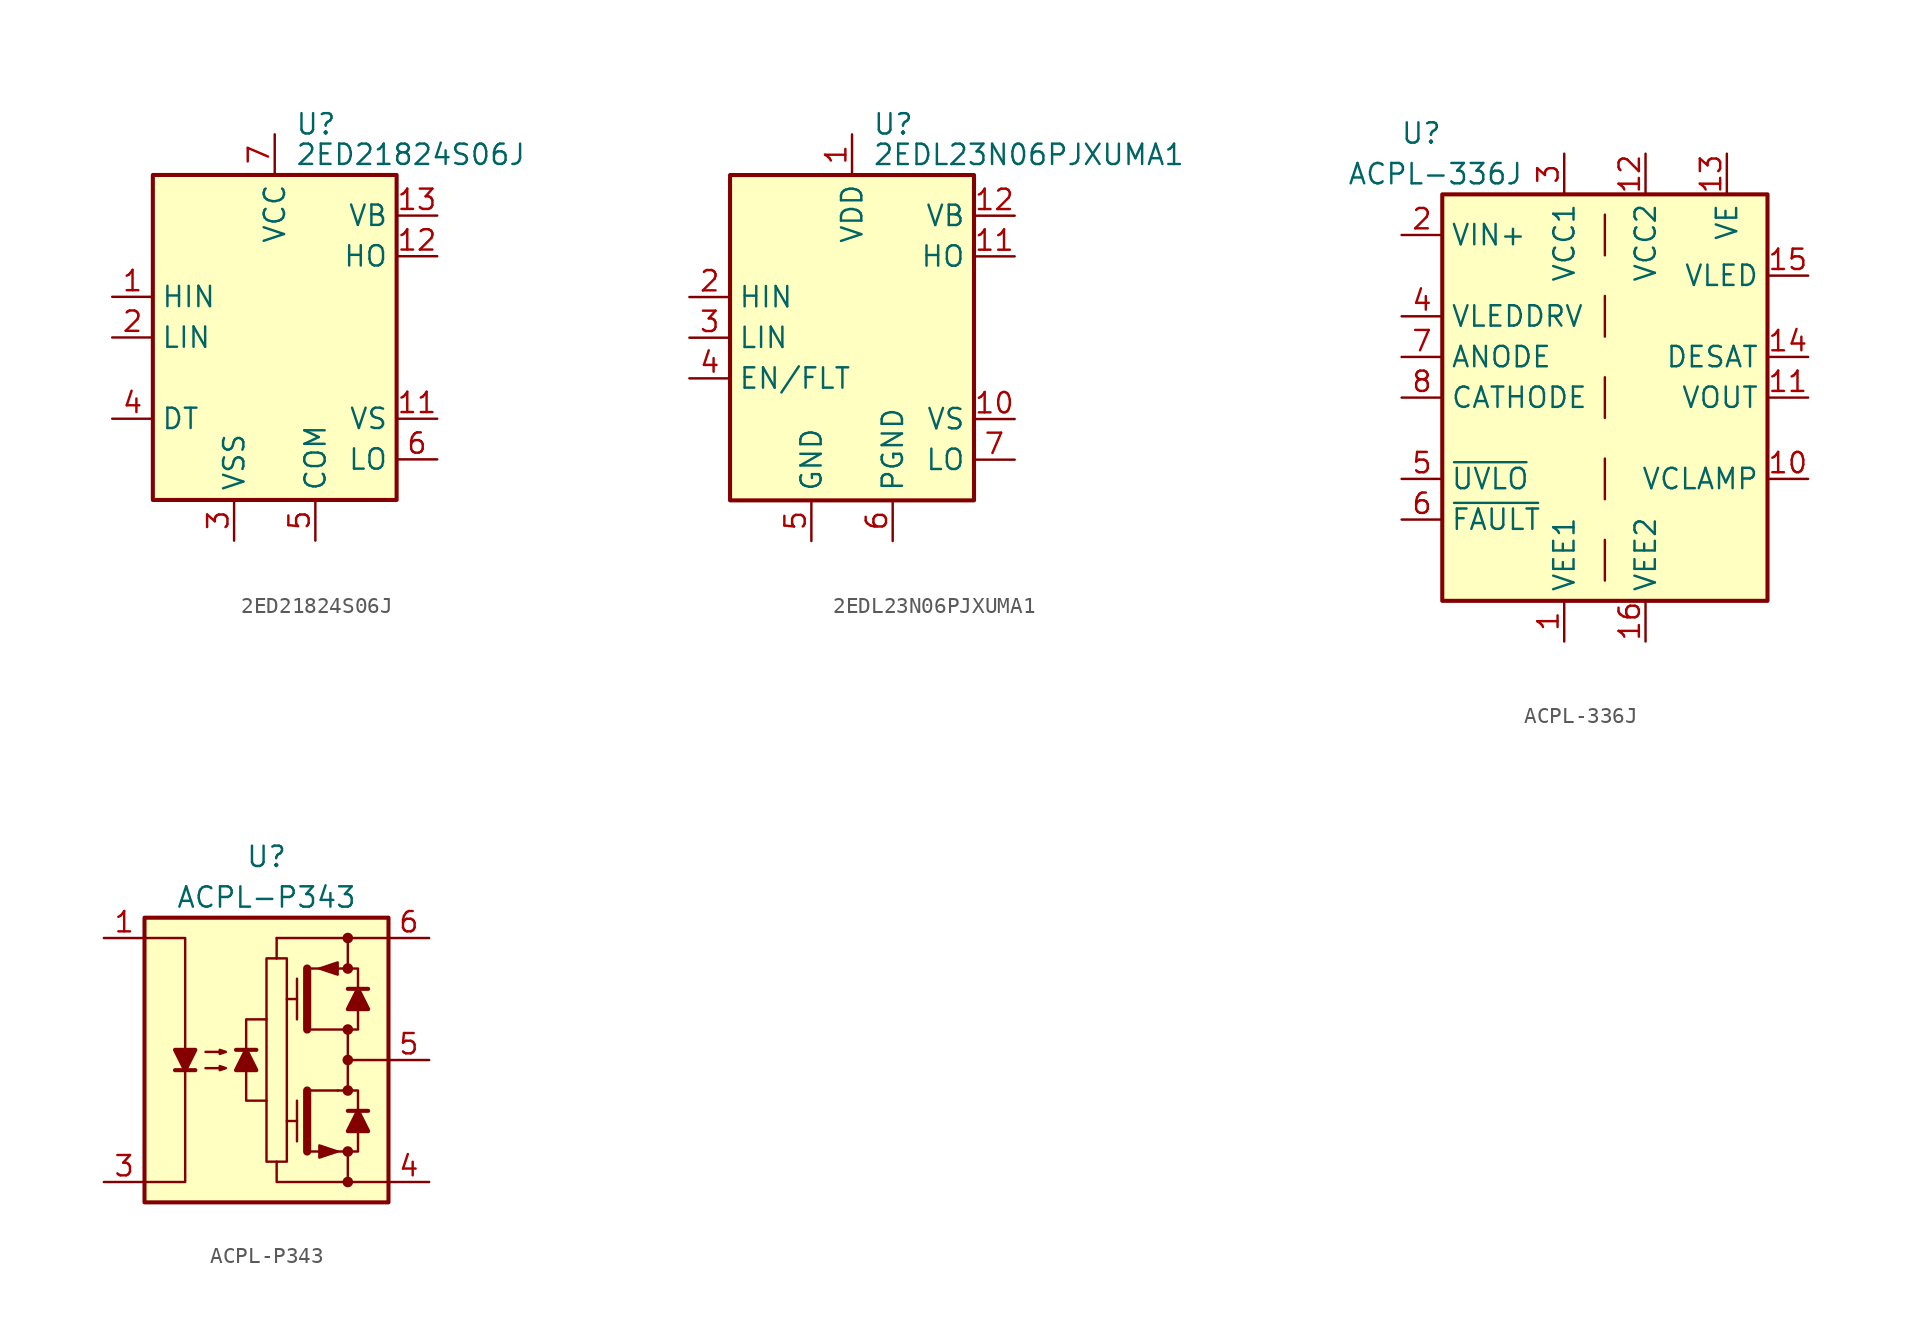
<source format=kicad_sym>
(kicad_symbol_lib
  (version 20220914)
  (generator kicad_symbol_editor)
  (symbol "2ED21824S06J"
    (property "Reference" "U"
      (at 1.27 13.335 0)
      (effects (font (size 1.27 1.27)) (justify left)))
    (property "Value" "2ED21824S06J"
      (at 1.27 11.43 0)
      (effects (font (size 1.27 1.27)) (justify left)))
    (symbol "2ED21824S06J_0_1"
      (rectangle (start -7.62 -10.16) (end 7.62 10.16) (stroke (width 0.254) (type default)) (fill (type background))))
    (symbol "2ED21824S06J_1_1"
      (pin input line (at -10.16 2.54 0) (length 2.54) (name "HIN" (effects (font (size 1.27 1.27)))) (number "1" (effects (font (size 1.27 1.27)))))
      (pin no_connect line (at 7.62 -2.54 180) (length 2.54) hide (name "NC" (effects (font (size 1.27 1.27)))) (number "10" (effects (font (size 1.27 1.27)))))
      (pin passive line (at 10.16 -5.08 180) (length 2.54) (name "VS" (effects (font (size 1.27 1.27)))) (number "11" (effects (font (size 1.27 1.27)))))
      (pin output line (at 10.16 5.08 180) (length 2.54) (name "HO" (effects (font (size 1.27 1.27)))) (number "12" (effects (font (size 1.27 1.27)))))
      (pin passive line (at 10.16 7.62 180) (length 2.54) (name "VB" (effects (font (size 1.27 1.27)))) (number "13" (effects (font (size 1.27 1.27)))))
      (pin no_connect line (at 7.62 2.54 180) (length 2.54) hide (name "NC" (effects (font (size 1.27 1.27)))) (number "14" (effects (font (size 1.27 1.27)))))
      (pin input line (at -10.16 0 0) (length 2.54) (name "LIN" (effects (font (size 1.27 1.27)))) (number "2" (effects (font (size 1.27 1.27)))))
      (pin power_in line (at -2.54 -12.7 90) (length 2.54) (name "VSS" (effects (font (size 1.27 1.27)))) (number "3" (effects (font (size 1.27 1.27)))))
      (pin passive line (at -10.16 -5.08 0) (length 2.54) (name "DT" (effects (font (size 1.27 1.27)))) (number "4" (effects (font (size 1.27 1.27)))))
      (pin power_in line (at 2.54 -12.7 90) (length 2.54) (name "COM" (effects (font (size 1.27 1.27)))) (number "5" (effects (font (size 1.27 1.27)))))
      (pin output line (at 10.16 -7.62 180) (length 2.54) (name "LO" (effects (font (size 1.27 1.27)))) (number "6" (effects (font (size 1.27 1.27)))))
      (pin power_in line (at 0 12.7 270) (length 2.54) (name "VCC" (effects (font (size 1.27 1.27)))) (number "7" (effects (font (size 1.27 1.27)))))
      (pin no_connect line (at -7.62 5.08 0) (length 2.54) hide (name "NC" (effects (font (size 1.27 1.27)))) (number "8" (effects (font (size 1.27 1.27)))))
      (pin no_connect line (at -7.62 -2.54 0) (length 2.54) hide (name "NC" (effects (font (size 1.27 1.27)))) (number "9" (effects (font (size 1.27 1.27)))))))
  (symbol "2EDL23N06PJXUMA1"
    (property "Reference" "U"
      (at 1.27 13.335 0)
      (effects (font (size 1.27 1.27)) (justify left)))
    (property "Value" "2EDL23N06PJXUMA1"
      (at 1.27 11.43 0)
      (effects (font (size 1.27 1.27)) (justify left)))
    (symbol "2EDL23N06PJXUMA1_0_1"
      (rectangle (start -7.62 -10.16) (end 7.62 10.16) (stroke (width 0.254) (type default)) (fill (type background))))
    (symbol "2EDL23N06PJXUMA1_1_1"
      (pin power_in line (at 0 12.7 270) (length 2.54) (name "VDD" (effects (font (size 1.27 1.27)))) (number "1" (effects (font (size 1.27 1.27)))))
      (pin passive line (at 10.16 -5.08 180) (length 2.54) (name "VS" (effects (font (size 1.27 1.27)))) (number "10" (effects (font (size 1.27 1.27)))))
      (pin output line (at 10.16 5.08 180) (length 2.54) (name "HO" (effects (font (size 1.27 1.27)))) (number "11" (effects (font (size 1.27 1.27)))))
      (pin passive line (at 10.16 7.62 180) (length 2.54) (name "VB" (effects (font (size 1.27 1.27)))) (number "12" (effects (font (size 1.27 1.27)))))
      (pin no_connect line (at 7.62 0 180) (length 2.54) hide (name "NC" (effects (font (size 1.27 1.27)))) (number "13" (effects (font (size 1.27 1.27)))))
      (pin no_connect line (at 7.62 2.54 180) (length 2.54) hide (name "NC" (effects (font (size 1.27 1.27)))) (number "14" (effects (font (size 1.27 1.27)))))
      (pin input line (at -10.16 2.54 0) (length 2.54) (name "HIN" (effects (font (size 1.27 1.27)))) (number "2" (effects (font (size 1.27 1.27)))))
      (pin input line (at -10.16 0 0) (length 2.54) (name "LIN" (effects (font (size 1.27 1.27)))) (number "3" (effects (font (size 1.27 1.27)))))
      (pin open_collector line (at -10.16 -2.54 0) (length 2.54) (name "EN/FLT" (effects (font (size 1.27 1.27)))) (number "4" (effects (font (size 1.27 1.27)))))
      (pin power_in line (at -2.54 -12.7 90) (length 2.54) (name "GND" (effects (font (size 1.27 1.27)))) (number "5" (effects (font (size 1.27 1.27)))))
      (pin power_in line (at 2.54 -12.7 90) (length 2.54) (name "PGND" (effects (font (size 1.27 1.27)))) (number "6" (effects (font (size 1.27 1.27)))))
      (pin output line (at 10.16 -7.62 180) (length 2.54) (name "LO" (effects (font (size 1.27 1.27)))) (number "7" (effects (font (size 1.27 1.27)))))
      (pin no_connect line (at -7.62 5.08 0) (length 2.54) hide (name "NC" (effects (font (size 1.27 1.27)))) (number "8" (effects (font (size 1.27 1.27)))))
      (pin no_connect line (at -7.62 -5.08 0) (length 2.54) hide (name "NC" (effects (font (size 1.27 1.27)))) (number "9" (effects (font (size 1.27 1.27)))))))
  (symbol "ACPL-336J"
    (property "Reference" "U"
      (at -10.16 16.51 0)
      (effects (font (size 1.27 1.27)) (justify right)))
    (property "Value" "ACPL-336J"
      (at -5.08 13.97 0)
      (effects (font (size 1.27 1.27)) (justify right)))
    (symbol "ACPL-336J_0_1"
      (rectangle (start -10.16 12.7) (end 10.16 -12.7) (stroke (width 0.254) (type default)) (fill (type background)))
      (polyline (pts (xy 0 -11.43) (xy 0 -8.89)) (stroke (width 0) (type default)) (fill (type none)))
      (polyline (pts (xy 0 -6.35) (xy 0 -3.81)) (stroke (width 0) (type default)) (fill (type none)))
      (polyline (pts (xy 0 -1.27) (xy 0 1.27)) (stroke (width 0) (type default)) (fill (type none)))
      (polyline (pts (xy 0 3.81) (xy 0 6.35)) (stroke (width 0) (type default)) (fill (type none)))
      (polyline (pts (xy 0 8.89) (xy 0 11.43)) (stroke (width 0) (type default)) (fill (type none))))
    (symbol "ACPL-336J_1_1"
      (pin power_in line (at -2.54 -15.24 90) (length 2.54) (name "VEE1" (effects (font (size 1.27 1.27)))) (number "1" (effects (font (size 1.27 1.27)))))
      (pin bidirectional line (at 12.7 -5.08 180) (length 2.54) (name "VCLAMP" (effects (font (size 1.27 1.27)))) (number "10" (effects (font (size 1.27 1.27)))))
      (pin output line (at 12.7 0 180) (length 2.54) (name "VOUT" (effects (font (size 1.27 1.27)))) (number "11" (effects (font (size 1.27 1.27)))))
      (pin power_in line (at 2.54 15.24 270) (length 2.54) (name "VCC2" (effects (font (size 1.27 1.27)))) (number "12" (effects (font (size 1.27 1.27)))))
      (pin power_in line (at 7.62 15.24 270) (length 2.54) (name "VE" (effects (font (size 1.27 1.27)))) (number "13" (effects (font (size 1.27 1.27)))))
      (pin bidirectional line (at 12.7 2.54 180) (length 2.54) (name "DESAT" (effects (font (size 1.27 1.27)))) (number "14" (effects (font (size 1.27 1.27)))))
      (pin output line (at 12.7 7.62 180) (length 2.54) (name "VLED" (effects (font (size 1.27 1.27)))) (number "15" (effects (font (size 1.27 1.27)))))
      (pin power_in line (at 2.54 -15.24 90) (length 2.54) (name "VEE2" (effects (font (size 1.27 1.27)))) (number "16" (effects (font (size 1.27 1.27)))))
      (pin input line (at -12.7 10.16 0) (length 2.54) (name "VIN+" (effects (font (size 1.27 1.27)))) (number "2" (effects (font (size 1.27 1.27)))))
      (pin power_in line (at -2.54 15.24 270) (length 2.54) (name "VCC1" (effects (font (size 1.27 1.27)))) (number "3" (effects (font (size 1.27 1.27)))))
      (pin output line (at -12.7 5.08 0) (length 2.54) (name "VLEDDRV" (effects (font (size 1.27 1.27)))) (number "4" (effects (font (size 1.27 1.27)))))
      (pin open_collector line (at -12.7 -5.08 0) (length 2.54) (name "~{UVLO}" (effects (font (size 1.27 1.27)))) (number "5" (effects (font (size 1.27 1.27)))))
      (pin open_collector line (at -12.7 -7.62 0) (length 2.54) (name "~{FAULT}" (effects (font (size 1.27 1.27)))) (number "6" (effects (font (size 1.27 1.27)))))
      (pin passive line (at -12.7 2.54 0) (length 2.54) (name "ANODE" (effects (font (size 1.27 1.27)))) (number "7" (effects (font (size 1.27 1.27)))))
      (pin passive line (at -12.7 0 0) (length 2.54) (name "CATHODE" (effects (font (size 1.27 1.27)))) (number "8" (effects (font (size 1.27 1.27)))))
      (pin passive line (at 2.54 -15.24 90) (length 2.54) hide (name "VEE2" (effects (font (size 1.27 1.27)))) (number "9" (effects (font (size 1.27 1.27)))))))
  (symbol "ACPL-P343"
    (pin_names hide)
    (property "Reference" "U"
      (at 0 12.7 0)
      (effects (font (size 1.27 1.27))))
    (property "Value" "ACPL-P343"
      (at 0 10.16 0)
      (effects (font (size 1.27 1.27))))
    (symbol "ACPL-P343_0_1"
      (rectangle (start -7.62 8.89) (end 7.62 -8.89) (stroke (width 0.254) (type default)) (fill (type background)))
      (polyline (pts (xy -5.715 -0.635) (xy -4.445 -0.635)) (stroke (width 0.254) (type default)) (fill (type none)))
      (polyline (pts (xy -0.635 0.635) (xy -1.905 0.635)) (stroke (width 0.254) (type default)) (fill (type none)))
      (polyline (pts (xy 1.27 -3.81) (xy 1.905 -3.81)) (stroke (width 0) (type default)) (fill (type none)))
      (polyline (pts (xy 1.27 3.81) (xy 1.905 3.81)) (stroke (width 0) (type default)) (fill (type none)))
      (polyline (pts (xy 1.905 -5.08) (xy 1.905 -2.54)) (stroke (width 0) (type default)) (fill (type none)))
      (polyline (pts (xy 1.905 2.54) (xy 1.905 5.08)) (stroke (width 0) (type default)) (fill (type none)))
      (polyline (pts (xy 2.54 -5.715) (xy 2.54 -1.905)) (stroke (width 0.508) (type default)) (fill (type none)))
      (polyline (pts (xy 2.54 1.905) (xy 2.54 5.715)) (stroke (width 0.508) (type default)) (fill (type none)))
      (polyline (pts (xy 4.445 -1.905) (xy 2.54 -1.905)) (stroke (width 0) (type default)) (fill (type none)))
      (polyline (pts (xy 4.445 5.715) (xy 2.54 5.715)) (stroke (width 0) (type default)) (fill (type none)))
      (polyline (pts (xy 5.08 -5.715) (xy 5.08 -7.62)) (stroke (width 0) (type default)) (fill (type none)))
      (polyline (pts (xy 5.08 0) (xy 7.62 0)) (stroke (width 0) (type default)) (fill (type none)))
      (polyline (pts (xy 5.08 1.905) (xy 5.08 -1.905)) (stroke (width 0) (type default)) (fill (type none)))
      (polyline (pts (xy 5.08 7.62) (xy 5.08 5.715)) (stroke (width 0) (type default)) (fill (type none)))
      (polyline (pts (xy 6.35 -3.175) (xy 5.08 -3.175)) (stroke (width 0.254) (type default)) (fill (type none)))
      (polyline (pts (xy 6.35 4.445) (xy 5.08 4.445)) (stroke (width 0.254) (type default)) (fill (type none)))
      (polyline (pts (xy 7.62 7.62) (xy 0.635 7.62)) (stroke (width 0) (type default)) (fill (type none)))
      (polyline (pts (xy -1.27 -0.635) (xy -1.27 -2.54) (xy 0 -2.54)) (stroke (width 0) (type default)) (fill (type none)))
      (polyline (pts (xy -1.27 0.635) (xy -1.27 2.54) (xy 0 2.54)) (stroke (width 0) (type default)) (fill (type none)))
      (polyline (pts (xy 0.635 -6.35) (xy 0.635 -7.62) (xy 7.62 -7.62)) (stroke (width 0) (type default)) (fill (type none)))
      (polyline (pts (xy 4.445 -1.905) (xy 5.715 -1.905) (xy 5.715 -3.175)) (stroke (width 0) (type default)) (fill (type none)))
      (polyline (pts (xy 4.445 5.715) (xy 5.715 5.715) (xy 5.715 4.445)) (stroke (width 0) (type default)) (fill (type none)))
      (polyline (pts (xy 5.715 -4.445) (xy 5.715 -5.715) (xy 2.54 -5.715)) (stroke (width 0) (type default)) (fill (type none)))
      (polyline (pts (xy 5.715 3.175) (xy 5.715 1.905) (xy 2.54 1.905)) (stroke (width 0) (type default)) (fill (type none)))
      (polyline (pts (xy -7.62 7.62) (xy -5.08 7.62) (xy -5.08 -7.62) (xy -7.62 -7.62)) (stroke (width 0) (type default)) (fill (type none)))
      (polyline (pts (xy -5.08 -0.635) (xy -5.715 0.635) (xy -4.445 0.635) (xy -5.08 -0.635)) (stroke (width 0.254) (type default)) (fill (type outline)))
      (polyline (pts (xy -1.27 0.635) (xy -0.635 -0.635) (xy -1.905 -0.635) (xy -1.27 0.635)) (stroke (width 0.254) (type default)) (fill (type outline)))
      (polyline (pts (xy 3.302 5.715) (xy 4.445 6.096) (xy 4.445 5.334) (xy 3.302 5.715)) (stroke (width 0) (type default)) (fill (type outline)))
      (polyline (pts (xy 4.445 -5.715) (xy 3.302 -5.334) (xy 3.302 -6.096) (xy 4.445 -5.715)) (stroke (width 0) (type default)) (fill (type outline)))
      (polyline (pts (xy 5.715 -3.175) (xy 6.35 -4.445) (xy 5.08 -4.445) (xy 5.715 -3.175)) (stroke (width 0.254) (type default)) (fill (type outline)))
      (polyline (pts (xy 5.715 4.445) (xy 6.35 3.175) (xy 5.08 3.175) (xy 5.715 4.445)) (stroke (width 0.254) (type default)) (fill (type outline)))
      (polyline (pts (xy -3.81 -0.508) (xy -2.54 -0.508) (xy -2.921 -0.635) (xy -2.921 -0.381) (xy -2.54 -0.508)) (stroke (width 0) (type default)) (fill (type none)))
      (polyline (pts (xy -3.81 0.508) (xy -2.54 0.508) (xy -2.921 0.381) (xy -2.921 0.635) (xy -2.54 0.508)) (stroke (width 0) (type default)) (fill (type none)))
      (polyline (pts (xy 1.27 6.35) (xy 1.27 -6.35) (xy 0 -6.35) (xy 0 6.35) (xy 1.27 6.35)) (stroke (width 0) (type default)) (fill (type none)))
      (rectangle (start 0.635 6.35) (end 0.635 6.35) (stroke (width 0) (type default)) (fill (type none)))
      (rectangle (start 0.635 6.35) (end 0.635 7.62) (stroke (width 0) (type default)) (fill (type none)))
      (circle (center 5.08 -7.62) (radius 0.254) (stroke (width 0) (type default)) (fill (type outline)))
      (circle (center 5.08 -5.715) (radius 0.254) (stroke (width 0) (type default)) (fill (type outline)))
      (circle (center 5.08 -1.905) (radius 0.254) (stroke (width 0) (type default)) (fill (type outline)))
      (circle (center 5.08 0) (radius 0.254) (stroke (width 0) (type default)) (fill (type outline)))
      (circle (center 5.08 1.905) (radius 0.254) (stroke (width 0) (type default)) (fill (type outline)))
      (circle (center 5.08 5.715) (radius 0.254) (stroke (width 0) (type default)) (fill (type outline)))
      (circle (center 5.08 7.62) (radius 0.254) (stroke (width 0) (type default)) (fill (type outline))))
    (symbol "ACPL-P343_1_1"
      (pin passive line (at -10.16 7.62 0) (length 2.54) (name "A" (effects (font (size 1.27 1.27)))) (number "1" (effects (font (size 1.27 1.27)))))
      (pin no_connect line (at -7.62 0 0) (length 2.54) hide (name "NC" (effects (font (size 1.27 1.27)))) (number "2" (effects (font (size 1.27 1.27)))))
      (pin passive line (at -10.16 -7.62 0) (length 2.54) (name "C" (effects (font (size 1.27 1.27)))) (number "3" (effects (font (size 1.27 1.27)))))
      (pin power_in line (at 10.16 -7.62 180) (length 2.54) (name "VEE" (effects (font (size 1.27 1.27)))) (number "4" (effects (font (size 1.27 1.27)))))
      (pin output line (at 10.16 0 180) (length 2.54) (name "VO" (effects (font (size 1.27 1.27)))) (number "5" (effects (font (size 1.27 1.27)))))
      (pin power_in line (at 10.16 7.62 180) (length 2.54) (name "VCC" (effects (font (size 1.27 1.27)))) (number "6" (effects (font (size 1.27 1.27))))))))
</source>
